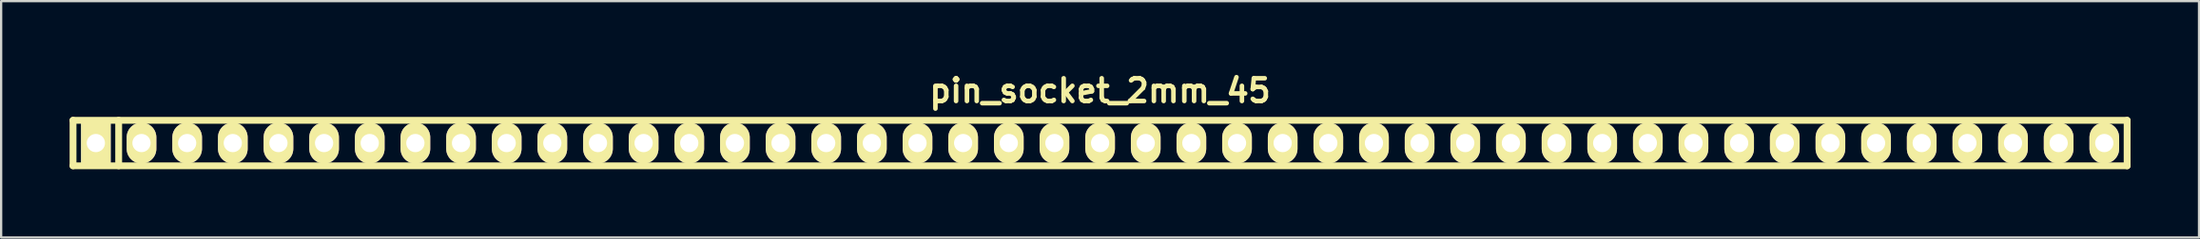
<source format=kicad_pcb>
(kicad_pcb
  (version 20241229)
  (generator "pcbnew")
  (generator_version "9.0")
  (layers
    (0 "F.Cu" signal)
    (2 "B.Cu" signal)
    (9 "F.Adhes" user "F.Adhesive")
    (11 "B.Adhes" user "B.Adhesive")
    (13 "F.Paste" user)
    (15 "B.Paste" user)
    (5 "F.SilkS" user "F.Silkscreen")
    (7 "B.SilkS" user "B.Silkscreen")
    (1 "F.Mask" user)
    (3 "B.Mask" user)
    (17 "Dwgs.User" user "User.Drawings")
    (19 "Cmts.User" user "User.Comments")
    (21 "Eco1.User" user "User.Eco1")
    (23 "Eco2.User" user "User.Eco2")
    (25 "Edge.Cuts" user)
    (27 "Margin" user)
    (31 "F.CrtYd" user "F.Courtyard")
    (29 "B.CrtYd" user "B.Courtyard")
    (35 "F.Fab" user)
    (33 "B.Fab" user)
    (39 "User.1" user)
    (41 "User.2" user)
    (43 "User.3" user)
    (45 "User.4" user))
  (footprint "pin_socket_2mm_45"
    (layer "F.Cu")
    (at 45.15 3.236)
    (property "Reference" "pin_socket_2mm_45" (at 0 -2.3 0) (layer "F.SilkS") (effects (font (size 1 1) (thickness 0.2))))
    (attr through_hole)
    (fp_line (start -45 -1) (end 45 -1) (stroke (width 0.3) (type solid)) (layer "F.SilkS"))
    (fp_line (start -45 1) (end -45 -1) (stroke (width 0.3) (type solid)) (layer "F.SilkS"))
    (fp_line (start -43 -1) (end -43 1) (stroke (width 0.3) (type solid)) (layer "F.SilkS"))
    (fp_line (start 45 -1) (end 45 1) (stroke (width 0.3) (type solid)) (layer "F.SilkS"))
    (fp_line (start 45 1) (end -45 1) (stroke (width 0.3) (type solid)) (layer "F.SilkS"))
    (pad "1" thru_hole rect (at -44 0) (size 1.3 1.8) (drill 0.8) (layers "*.Cu" "*.Mask" "F.SilkS"))
    (pad "2" thru_hole oval (at -42 0) (size 1.3 1.8) (drill 0.8) (layers "*.Cu" "*.Mask" "F.SilkS"))
    (pad "3" thru_hole oval (at -40 0) (size 1.3 1.8) (drill 0.8) (layers "*.Cu" "*.Mask" "F.SilkS"))
    (pad "4" thru_hole oval (at -38 0) (size 1.3 1.8) (drill 0.8) (layers "*.Cu" "*.Mask" "F.SilkS"))
    (pad "5" thru_hole oval (at -36 0) (size 1.3 1.8) (drill 0.8) (layers "*.Cu" "*.Mask" "F.SilkS"))
    (pad "6" thru_hole oval (at -34 0) (size 1.3 1.8) (drill 0.8) (layers "*.Cu" "*.Mask" "F.SilkS"))
    (pad "7" thru_hole oval (at -32 0) (size 1.3 1.8) (drill 0.8) (layers "*.Cu" "*.Mask" "F.SilkS"))
    (pad "8" thru_hole oval (at -30 0) (size 1.3 1.8) (drill 0.8) (layers "*.Cu" "*.Mask" "F.SilkS"))
    (pad "9" thru_hole oval (at -28 0) (size 1.3 1.8) (drill 0.8) (layers "*.Cu" "*.Mask" "F.SilkS"))
    (pad "10" thru_hole oval (at -26 0) (size 1.3 1.8) (drill 0.8) (layers "*.Cu" "*.Mask" "F.SilkS"))
    (pad "11" thru_hole oval (at -24 0) (size 1.3 1.8) (drill 0.8) (layers "*.Cu" "*.Mask" "F.SilkS"))
    (pad "12" thru_hole oval (at -22 0) (size 1.3 1.8) (drill 0.8) (layers "*.Cu" "*.Mask" "F.SilkS"))
    (pad "13" thru_hole oval (at -20 0) (size 1.3 1.8) (drill 0.8) (layers "*.Cu" "*.Mask" "F.SilkS"))
    (pad "14" thru_hole oval (at -18 0) (size 1.3 1.8) (drill 0.8) (layers "*.Cu" "*.Mask" "F.SilkS"))
    (pad "15" thru_hole oval (at -16 0) (size 1.3 1.8) (drill 0.8) (layers "*.Cu" "*.Mask" "F.SilkS"))
    (pad "16" thru_hole oval (at -14 0) (size 1.3 1.8) (drill 0.8) (layers "*.Cu" "*.Mask" "F.SilkS"))
    (pad "17" thru_hole oval (at -12 0) (size 1.3 1.8) (drill 0.8) (layers "*.Cu" "*.Mask" "F.SilkS"))
    (pad "18" thru_hole oval (at -10 0) (size 1.3 1.8) (drill 0.8) (layers "*.Cu" "*.Mask" "F.SilkS"))
    (pad "19" thru_hole oval (at -8 0) (size 1.3 1.8) (drill 0.8) (layers "*.Cu" "*.Mask" "F.SilkS"))
    (pad "20" thru_hole oval (at -6 0) (size 1.3 1.8) (drill 0.8) (layers "*.Cu" "*.Mask" "F.SilkS"))
    (pad "21" thru_hole oval (at -4 0) (size 1.3 1.8) (drill 0.8) (layers "*.Cu" "*.Mask" "F.SilkS"))
    (pad "22" thru_hole oval (at -2 0) (size 1.3 1.8) (drill 0.8) (layers "*.Cu" "*.Mask" "F.SilkS"))
    (pad "23" thru_hole oval (at 0 0) (size 1.3 1.8) (drill 0.8) (layers "*.Cu" "*.Mask" "F.SilkS"))
    (pad "24" thru_hole oval (at 2 0) (size 1.3 1.8) (drill 0.8) (layers "*.Cu" "*.Mask" "F.SilkS"))
    (pad "25" thru_hole oval (at 4 0) (size 1.3 1.8) (drill 0.8) (layers "*.Cu" "*.Mask" "F.SilkS"))
    (pad "26" thru_hole oval (at 6 0) (size 1.3 1.8) (drill 0.8) (layers "*.Cu" "*.Mask" "F.SilkS"))
    (pad "27" thru_hole oval (at 8 0) (size 1.3 1.8) (drill 0.8) (layers "*.Cu" "*.Mask" "F.SilkS"))
    (pad "28" thru_hole oval (at 10 0) (size 1.3 1.8) (drill 0.8) (layers "*.Cu" "*.Mask" "F.SilkS"))
    (pad "29" thru_hole oval (at 12 0) (size 1.3 1.8) (drill 0.8) (layers "*.Cu" "*.Mask" "F.SilkS"))
    (pad "30" thru_hole oval (at 14 0) (size 1.3 1.8) (drill 0.8) (layers "*.Cu" "*.Mask" "F.SilkS"))
    (pad "31" thru_hole oval (at 16 0) (size 1.3 1.8) (drill 0.8) (layers "*.Cu" "*.Mask" "F.SilkS"))
    (pad "32" thru_hole oval (at 18 0) (size 1.3 1.8) (drill 0.8) (layers "*.Cu" "*.Mask" "F.SilkS"))
    (pad "33" thru_hole oval (at 20 0) (size 1.3 1.8) (drill 0.8) (layers "*.Cu" "*.Mask" "F.SilkS"))
    (pad "34" thru_hole oval (at 22 0) (size 1.3 1.8) (drill 0.8) (layers "*.Cu" "*.Mask" "F.SilkS"))
    (pad "35" thru_hole oval (at 24 0) (size 1.3 1.8) (drill 0.8) (layers "*.Cu" "*.Mask" "F.SilkS"))
    (pad "36" thru_hole oval (at 26 0) (size 1.3 1.8) (drill 0.8) (layers "*.Cu" "*.Mask" "F.SilkS"))
    (pad "37" thru_hole oval (at 28 0) (size 1.3 1.8) (drill 0.8) (layers "*.Cu" "*.Mask" "F.SilkS"))
    (pad "38" thru_hole oval (at 30 0) (size 1.3 1.8) (drill 0.8) (layers "*.Cu" "*.Mask" "F.SilkS"))
    (pad "39" thru_hole oval (at 32 0) (size 1.3 1.8) (drill 0.8) (layers "*.Cu" "*.Mask" "F.SilkS"))
    (pad "40" thru_hole oval (at 34 0) (size 1.3 1.8) (drill 0.8) (layers "*.Cu" "*.Mask" "F.SilkS"))
    (pad "41" thru_hole oval (at 36 0) (size 1.3 1.8) (drill 0.8) (layers "*.Cu" "*.Mask" "F.SilkS"))
    (pad "42" thru_hole oval (at 38 0) (size 1.3 1.8) (drill 0.8) (layers "*.Cu" "*.Mask" "F.SilkS"))
    (pad "43" thru_hole oval (at 40 0) (size 1.3 1.8) (drill 0.8) (layers "*.Cu" "*.Mask" "F.SilkS"))
    (pad "44" thru_hole oval (at 42 0) (size 1.3 1.8) (drill 0.8) (layers "*.Cu" "*.Mask" "F.SilkS"))
    (pad "45" thru_hole oval (at 44 0) (size 1.3 1.8) (drill 0.8) (layers "*.Cu" "*.Mask" "F.SilkS")))
  (gr_rect
    (start -3 -3)
    (end 93.3 7.386)
    (stroke (width 0.1) (type default))
    (fill no)
    (layer "Edge.Cuts")))
</source>
